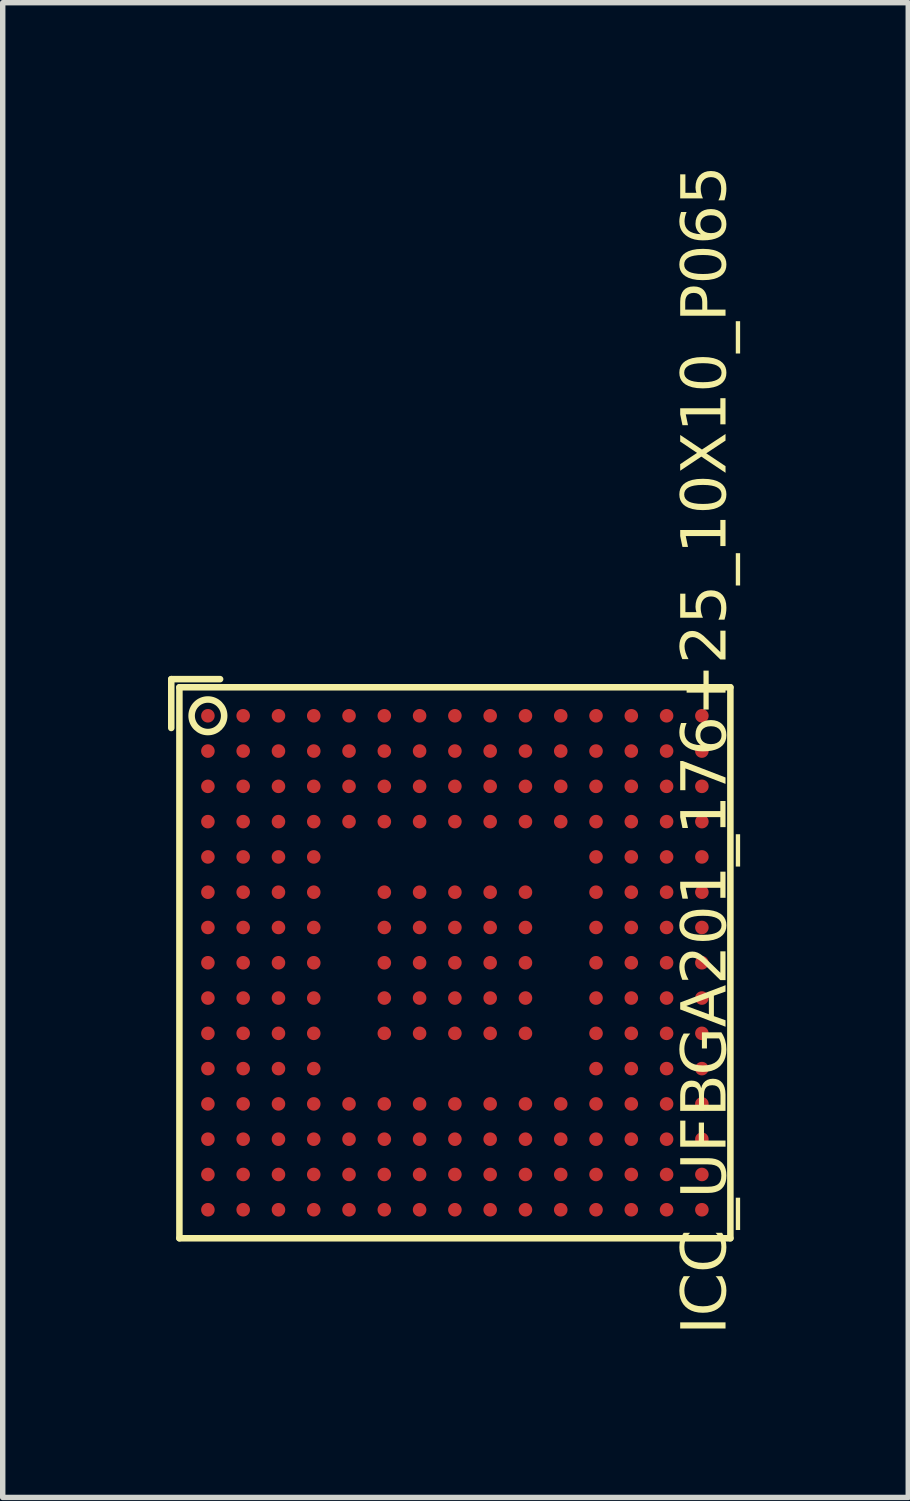
<source format=kicad_pcb>
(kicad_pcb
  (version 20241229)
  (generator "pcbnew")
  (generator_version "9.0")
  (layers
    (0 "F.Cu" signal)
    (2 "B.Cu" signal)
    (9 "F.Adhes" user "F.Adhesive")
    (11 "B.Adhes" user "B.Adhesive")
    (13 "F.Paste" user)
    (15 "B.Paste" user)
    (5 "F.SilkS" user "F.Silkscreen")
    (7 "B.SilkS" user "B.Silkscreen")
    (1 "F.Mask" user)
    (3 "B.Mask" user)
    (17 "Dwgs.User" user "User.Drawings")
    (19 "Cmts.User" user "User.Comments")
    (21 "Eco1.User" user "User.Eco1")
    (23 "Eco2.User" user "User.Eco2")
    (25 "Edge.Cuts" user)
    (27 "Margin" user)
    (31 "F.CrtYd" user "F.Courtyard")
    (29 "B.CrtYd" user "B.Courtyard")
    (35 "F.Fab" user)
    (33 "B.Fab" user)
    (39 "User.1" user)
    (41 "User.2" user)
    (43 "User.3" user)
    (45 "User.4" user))
  (footprint "ICC_UFBGA201_176+25_10X10_P065"
    (layer "F.Cu")
    (at 5.33 14.686)
    (property "Reference" "ICC_UFBGA201_176+25_10X10_P065" (at 5.125 6.85 90) (unlocked yes) (layer "F.SilkS") (effects (font (face "Arial") (size 0.819 0.819) (thickness 0.254)) (justify left bottom)))
    (fp_line (start -5.225 -4.325) (end -5.225 -5.225) (stroke (width 0.12) (type solid)) (layer "F.SilkS"))
    (fp_line (start -5.075 5.075) (end -5.075 -5.075) (stroke (width 0.12) (type solid)) (layer "F.SilkS"))
    (fp_line (start -4.325 -5.225) (end -5.225 -5.225) (stroke (width 0.12) (type solid)) (layer "F.SilkS"))
    (fp_line (start 5.075 -5.075) (end -5.075 -5.075) (stroke (width 0.12) (type solid)) (layer "F.SilkS"))
    (fp_line (start 5.075 5.075) (end -5.075 5.075) (stroke (width 0.12) (type solid)) (layer "F.SilkS"))
    (fp_line (start 5.075 5.075) (end 5.075 -5.075) (stroke (width 0.12) (type solid)) (layer "F.SilkS"))
    (fp_circle (center -4.55 -4.55) (end -4.85 -4.55) (stroke (width 0.12) (type solid)) (fill no) (layer "F.SilkS"))
    (fp_line (start -5.325 5.325) (end -5.325 -5.325) (stroke (width 0.01) (type solid)) (layer "Eco1.User"))
    (fp_line (start -5.075 5.075) (end -5.075 -5.075) (stroke (width 0.01) (type solid)) (layer "Eco1.User"))
    (fp_line (start 5.075 -5.075) (end -5.075 -5.075) (stroke (width 0.01) (type solid)) (layer "Eco1.User"))
    (fp_line (start 5.075 5.075) (end -5.075 5.075) (stroke (width 0.01) (type solid)) (layer "Eco1.User"))
    (fp_line (start 5.075 5.075) (end 5.075 -5.075) (stroke (width 0.01) (type solid)) (layer "Eco1.User"))
    (fp_line (start 5.325 -5.325) (end -5.325 -5.325) (stroke (width 0.01) (type solid)) (layer "Eco1.User"))
    (fp_line (start 5.325 5.325) (end -5.325 5.325) (stroke (width 0.01) (type solid)) (layer "Eco1.User"))
    (fp_line (start 5.325 5.325) (end 5.325 -5.325) (stroke (width 0.01) (type solid)) (layer "Eco1.User"))
    (fp_circle (center -4.55 -4.55) (end -4.695 -4.55) (stroke (width 0.01) (type solid)) (fill no) (layer "Eco1.User"))
    (fp_circle (center -4.55 -3.9) (end -4.695 -3.9) (stroke (width 0.01) (type solid)) (fill no) (layer "Eco1.User"))
    (fp_circle (center -4.55 -3.25) (end -4.695 -3.25) (stroke (width 0.01) (type solid)) (fill no) (layer "Eco1.User"))
    (fp_circle (center -4.55 -2.6) (end -4.695 -2.6) (stroke (width 0.01) (type solid)) (fill no) (layer "Eco1.User"))
    (fp_circle (center -4.55 -1.95) (end -4.695 -1.95) (stroke (width 0.01) (type solid)) (fill no) (layer "Eco1.User"))
    (fp_circle (center -4.55 -1.3) (end -4.695 -1.3) (stroke (width 0.01) (type solid)) (fill no) (layer "Eco1.User"))
    (fp_circle (center -4.55 -0.65) (end -4.695 -0.65) (stroke (width 0.01) (type solid)) (fill no) (layer "Eco1.User"))
    (fp_circle (center -4.55 0) (end -4.695 0) (stroke (width 0.01) (type solid)) (fill no) (layer "Eco1.User"))
    (fp_circle (center -4.55 0.65) (end -4.695 0.65) (stroke (width 0.01) (type solid)) (fill no) (layer "Eco1.User"))
    (fp_circle (center -4.55 1.3) (end -4.695 1.3) (stroke (width 0.01) (type solid)) (fill no) (layer "Eco1.User"))
    (fp_circle (center -4.55 1.95) (end -4.695 1.95) (stroke (width 0.01) (type solid)) (fill no) (layer "Eco1.User"))
    (fp_circle (center -4.55 2.6) (end -4.695 2.6) (stroke (width 0.01) (type solid)) (fill no) (layer "Eco1.User"))
    (fp_circle (center -4.55 3.25) (end -4.695 3.25) (stroke (width 0.01) (type solid)) (fill no) (layer "Eco1.User"))
    (fp_circle (center -4.55 3.9) (end -4.695 3.9) (stroke (width 0.01) (type solid)) (fill no) (layer "Eco1.User"))
    (fp_circle (center -4.55 4.55) (end -4.695 4.55) (stroke (width 0.01) (type solid)) (fill no) (layer "Eco1.User"))
    (fp_circle (center -3.9 -4.55) (end -4.045 -4.55) (stroke (width 0.01) (type solid)) (fill no) (layer "Eco1.User"))
    (fp_circle (center -3.9 -3.9) (end -4.045 -3.9) (stroke (width 0.01) (type solid)) (fill no) (layer "Eco1.User"))
    (fp_circle (center -3.9 -3.25) (end -4.045 -3.25) (stroke (width 0.01) (type solid)) (fill no) (layer "Eco1.User"))
    (fp_circle (center -3.9 -2.6) (end -4.045 -2.6) (stroke (width 0.01) (type solid)) (fill no) (layer "Eco1.User"))
    (fp_circle (center -3.9 -1.95) (end -4.045 -1.95) (stroke (width 0.01) (type solid)) (fill no) (layer "Eco1.User"))
    (fp_circle (center -3.9 -1.3) (end -4.045 -1.3) (stroke (width 0.01) (type solid)) (fill no) (layer "Eco1.User"))
    (fp_circle (center -3.9 -0.65) (end -4.045 -0.65) (stroke (width 0.01) (type solid)) (fill no) (layer "Eco1.User"))
    (fp_circle (center -3.9 0) (end -4.045 0) (stroke (width 0.01) (type solid)) (fill no) (layer "Eco1.User"))
    (fp_circle (center -3.9 0.65) (end -4.045 0.65) (stroke (width 0.01) (type solid)) (fill no) (layer "Eco1.User"))
    (fp_circle (center -3.9 1.3) (end -4.045 1.3) (stroke (width 0.01) (type solid)) (fill no) (layer "Eco1.User"))
    (fp_circle (center -3.9 1.95) (end -4.045 1.95) (stroke (width 0.01) (type solid)) (fill no) (layer "Eco1.User"))
    (fp_circle (center -3.9 2.6) (end -4.045 2.6) (stroke (width 0.01) (type solid)) (fill no) (layer "Eco1.User"))
    (fp_circle (center -3.9 3.25) (end -4.045 3.25) (stroke (width 0.01) (type solid)) (fill no) (layer "Eco1.User"))
    (fp_circle (center -3.9 3.9) (end -4.045 3.9) (stroke (width 0.01) (type solid)) (fill no) (layer "Eco1.User"))
    (fp_circle (center -3.9 4.55) (end -4.045 4.55) (stroke (width 0.01) (type solid)) (fill no) (layer "Eco1.User"))
    (fp_circle (center -3.25 -4.55) (end -3.395 -4.55) (stroke (width 0.01) (type solid)) (fill no) (layer "Eco1.User"))
    (fp_circle (center -3.25 -3.9) (end -3.395 -3.9) (stroke (width 0.01) (type solid)) (fill no) (layer "Eco1.User"))
    (fp_circle (center -3.25 -3.25) (end -3.395 -3.25) (stroke (width 0.01) (type solid)) (fill no) (layer "Eco1.User"))
    (fp_circle (center -3.25 -2.6) (end -3.395 -2.6) (stroke (width 0.01) (type solid)) (fill no) (layer "Eco1.User"))
    (fp_circle (center -3.25 -1.95) (end -3.395 -1.95) (stroke (width 0.01) (type solid)) (fill no) (layer "Eco1.User"))
    (fp_circle (center -3.25 -1.3) (end -3.395 -1.3) (stroke (width 0.01) (type solid)) (fill no) (layer "Eco1.User"))
    (fp_circle (center -3.25 -0.65) (end -3.395 -0.65) (stroke (width 0.01) (type solid)) (fill no) (layer "Eco1.User"))
    (fp_circle (center -3.25 0) (end -3.395 0) (stroke (width 0.01) (type solid)) (fill no) (layer "Eco1.User"))
    (fp_circle (center -3.25 0.65) (end -3.395 0.65) (stroke (width 0.01) (type solid)) (fill no) (layer "Eco1.User"))
    (fp_circle (center -3.25 1.3) (end -3.395 1.3) (stroke (width 0.01) (type solid)) (fill no) (layer "Eco1.User"))
    (fp_circle (center -3.25 1.95) (end -3.395 1.95) (stroke (width 0.01) (type solid)) (fill no) (layer "Eco1.User"))
    (fp_circle (center -3.25 2.6) (end -3.395 2.6) (stroke (width 0.01) (type solid)) (fill no) (layer "Eco1.User"))
    (fp_circle (center -3.25 3.25) (end -3.395 3.25) (stroke (width 0.01) (type solid)) (fill no) (layer "Eco1.User"))
    (fp_circle (center -3.25 3.9) (end -3.395 3.9) (stroke (width 0.01) (type solid)) (fill no) (layer "Eco1.User"))
    (fp_circle (center -3.25 4.55) (end -3.395 4.55) (stroke (width 0.01) (type solid)) (fill no) (layer "Eco1.User"))
    (fp_circle (center -2.6 -4.55) (end -2.745 -4.55) (stroke (width 0.01) (type solid)) (fill no) (layer "Eco1.User"))
    (fp_circle (center -2.6 -3.9) (end -2.745 -3.9) (stroke (width 0.01) (type solid)) (fill no) (layer "Eco1.User"))
    (fp_circle (center -2.6 -3.25) (end -2.745 -3.25) (stroke (width 0.01) (type solid)) (fill no) (layer "Eco1.User"))
    (fp_circle (center -2.6 -2.6) (end -2.745 -2.6) (stroke (width 0.01) (type solid)) (fill no) (layer "Eco1.User"))
    (fp_circle (center -2.6 -1.95) (end -2.745 -1.95) (stroke (width 0.01) (type solid)) (fill no) (layer "Eco1.User"))
    (fp_circle (center -2.6 -1.3) (end -2.745 -1.3) (stroke (width 0.01) (type solid)) (fill no) (layer "Eco1.User"))
    (fp_circle (center -2.6 -0.65) (end -2.745 -0.65) (stroke (width 0.01) (type solid)) (fill no) (layer "Eco1.User"))
    (fp_circle (center -2.6 0) (end -2.745 0) (stroke (width 0.01) (type solid)) (fill no) (layer "Eco1.User"))
    (fp_circle (center -2.6 0.65) (end -2.745 0.65) (stroke (width 0.01) (type solid)) (fill no) (layer "Eco1.User"))
    (fp_circle (center -2.6 1.3) (end -2.745 1.3) (stroke (width 0.01) (type solid)) (fill no) (layer "Eco1.User"))
    (fp_circle (center -2.6 1.95) (end -2.745 1.95) (stroke (width 0.01) (type solid)) (fill no) (layer "Eco1.User"))
    (fp_circle (center -2.6 2.6) (end -2.745 2.6) (stroke (width 0.01) (type solid)) (fill no) (layer "Eco1.User"))
    (fp_circle (center -2.6 3.25) (end -2.745 3.25) (stroke (width 0.01) (type solid)) (fill no) (layer "Eco1.User"))
    (fp_circle (center -2.6 3.9) (end -2.745 3.9) (stroke (width 0.01) (type solid)) (fill no) (layer "Eco1.User"))
    (fp_circle (center -2.6 4.55) (end -2.745 4.55) (stroke (width 0.01) (type solid)) (fill no) (layer "Eco1.User"))
    (fp_circle (center -1.95 -4.55) (end -2.095 -4.55) (stroke (width 0.01) (type solid)) (fill no) (layer "Eco1.User"))
    (fp_circle (center -1.95 -3.9) (end -2.095 -3.9) (stroke (width 0.01) (type solid)) (fill no) (layer "Eco1.User"))
    (fp_circle (center -1.95 -3.25) (end -2.095 -3.25) (stroke (width 0.01) (type solid)) (fill no) (layer "Eco1.User"))
    (fp_circle (center -1.95 -2.6) (end -2.095 -2.6) (stroke (width 0.01) (type solid)) (fill no) (layer "Eco1.User"))
    (fp_circle (center -1.95 2.6) (end -2.095 2.6) (stroke (width 0.01) (type solid)) (fill no) (layer "Eco1.User"))
    (fp_circle (center -1.95 3.25) (end -2.095 3.25) (stroke (width 0.01) (type solid)) (fill no) (layer "Eco1.User"))
    (fp_circle (center -1.95 3.9) (end -2.095 3.9) (stroke (width 0.01) (type solid)) (fill no) (layer "Eco1.User"))
    (fp_circle (center -1.95 4.55) (end -2.095 4.55) (stroke (width 0.01) (type solid)) (fill no) (layer "Eco1.User"))
    (fp_circle (center -1.3 -4.55) (end -1.445 -4.55) (stroke (width 0.01) (type solid)) (fill no) (layer "Eco1.User"))
    (fp_circle (center -1.3 -3.9) (end -1.445 -3.9) (stroke (width 0.01) (type solid)) (fill no) (layer "Eco1.User"))
    (fp_circle (center -1.3 -3.25) (end -1.445 -3.25) (stroke (width 0.01) (type solid)) (fill no) (layer "Eco1.User"))
    (fp_circle (center -1.3 -2.6) (end -1.445 -2.6) (stroke (width 0.01) (type solid)) (fill no) (layer "Eco1.User"))
    (fp_circle (center -1.3 -1.3) (end -1.445 -1.3) (stroke (width 0.01) (type solid)) (fill no) (layer "Eco1.User"))
    (fp_circle (center -1.3 -0.65) (end -1.445 -0.65) (stroke (width 0.01) (type solid)) (fill no) (layer "Eco1.User"))
    (fp_circle (center -1.3 0) (end -1.445 0) (stroke (width 0.01) (type solid)) (fill no) (layer "Eco1.User"))
    (fp_circle (center -1.3 0.65) (end -1.445 0.65) (stroke (width 0.01) (type solid)) (fill no) (layer "Eco1.User"))
    (fp_circle (center -1.3 1.3) (end -1.445 1.3) (stroke (width 0.01) (type solid)) (fill no) (layer "Eco1.User"))
    (fp_circle (center -1.3 2.6) (end -1.445 2.6) (stroke (width 0.01) (type solid)) (fill no) (layer "Eco1.User"))
    (fp_circle (center -1.3 3.25) (end -1.445 3.25) (stroke (width 0.01) (type solid)) (fill no) (layer "Eco1.User"))
    (fp_circle (center -1.3 3.9) (end -1.445 3.9) (stroke (width 0.01) (type solid)) (fill no) (layer "Eco1.User"))
    (fp_circle (center -1.3 4.55) (end -1.445 4.55) (stroke (width 0.01) (type solid)) (fill no) (layer "Eco1.User"))
    (fp_circle (center -0.65 -4.55) (end -0.795 -4.55) (stroke (width 0.01) (type solid)) (fill no) (layer "Eco1.User"))
    (fp_circle (center -0.65 -3.9) (end -0.795 -3.9) (stroke (width 0.01) (type solid)) (fill no) (layer "Eco1.User"))
    (fp_circle (center -0.65 -3.25) (end -0.795 -3.25) (stroke (width 0.01) (type solid)) (fill no) (layer "Eco1.User"))
    (fp_circle (center -0.65 -2.6) (end -0.795 -2.6) (stroke (width 0.01) (type solid)) (fill no) (layer "Eco1.User"))
    (fp_circle (center -0.65 -1.3) (end -0.795 -1.3) (stroke (width 0.01) (type solid)) (fill no) (layer "Eco1.User"))
    (fp_circle (center -0.65 -0.65) (end -0.795 -0.65) (stroke (width 0.01) (type solid)) (fill no) (layer "Eco1.User"))
    (fp_circle (center -0.65 0) (end -0.795 0) (stroke (width 0.01) (type solid)) (fill no) (layer "Eco1.User"))
    (fp_circle (center -0.65 0.65) (end -0.795 0.65) (stroke (width 0.01) (type solid)) (fill no) (layer "Eco1.User"))
    (fp_circle (center -0.65 1.3) (end -0.795 1.3) (stroke (width 0.01) (type solid)) (fill no) (layer "Eco1.User"))
    (fp_circle (center -0.65 2.6) (end -0.795 2.6) (stroke (width 0.01) (type solid)) (fill no) (layer "Eco1.User"))
    (fp_circle (center -0.65 3.25) (end -0.795 3.25) (stroke (width 0.01) (type solid)) (fill no) (layer "Eco1.User"))
    (fp_circle (center -0.65 3.9) (end -0.795 3.9) (stroke (width 0.01) (type solid)) (fill no) (layer "Eco1.User"))
    (fp_circle (center -0.65 4.55) (end -0.795 4.55) (stroke (width 0.01) (type solid)) (fill no) (layer "Eco1.User"))
    (fp_circle (center 0 -4.55) (end -0.145 -4.55) (stroke (width 0.01) (type solid)) (fill no) (layer "Eco1.User"))
    (fp_circle (center 0 -3.9) (end -0.145 -3.9) (stroke (width 0.01) (type solid)) (fill no) (layer "Eco1.User"))
    (fp_circle (center 0 -3.25) (end -0.145 -3.25) (stroke (width 0.01) (type solid)) (fill no) (layer "Eco1.User"))
    (fp_circle (center 0 -2.6) (end -0.145 -2.6) (stroke (width 0.01) (type solid)) (fill no) (layer "Eco1.User"))
    (fp_circle (center 0 -1.3) (end -0.145 -1.3) (stroke (width 0.01) (type solid)) (fill no) (layer "Eco1.User"))
    (fp_circle (center 0 -0.65) (end -0.145 -0.65) (stroke (width 0.01) (type solid)) (fill no) (layer "Eco1.User"))
    (fp_circle (center 0 0) (end -0.145 0) (stroke (width 0.01) (type solid)) (fill no) (layer "Eco1.User"))
    (fp_circle (center 0 0.65) (end -0.145 0.65) (stroke (width 0.01) (type solid)) (fill no) (layer "Eco1.User"))
    (fp_circle (center 0 1.3) (end -0.145 1.3) (stroke (width 0.01) (type solid)) (fill no) (layer "Eco1.User"))
    (fp_circle (center 0 2.6) (end -0.145 2.6) (stroke (width 0.01) (type solid)) (fill no) (layer "Eco1.User"))
    (fp_circle (center 0 3.25) (end -0.145 3.25) (stroke (width 0.01) (type solid)) (fill no) (layer "Eco1.User"))
    (fp_circle (center 0 3.9) (end -0.145 3.9) (stroke (width 0.01) (type solid)) (fill no) (layer "Eco1.User"))
    (fp_circle (center 0 4.55) (end -0.145 4.55) (stroke (width 0.01) (type solid)) (fill no) (layer "Eco1.User"))
    (fp_circle (center 0.65 -4.55) (end 0.505 -4.55) (stroke (width 0.01) (type solid)) (fill no) (layer "Eco1.User"))
    (fp_circle (center 0.65 -3.9) (end 0.505 -3.9) (stroke (width 0.01) (type solid)) (fill no) (layer "Eco1.User"))
    (fp_circle (center 0.65 -3.25) (end 0.505 -3.25) (stroke (width 0.01) (type solid)) (fill no) (layer "Eco1.User"))
    (fp_circle (center 0.65 -2.6) (end 0.505 -2.6) (stroke (width 0.01) (type solid)) (fill no) (layer "Eco1.User"))
    (fp_circle (center 0.65 -1.3) (end 0.505 -1.3) (stroke (width 0.01) (type solid)) (fill no) (layer "Eco1.User"))
    (fp_circle (center 0.65 -0.65) (end 0.505 -0.65) (stroke (width 0.01) (type solid)) (fill no) (layer "Eco1.User"))
    (fp_circle (center 0.65 0) (end 0.505 0) (stroke (width 0.01) (type solid)) (fill no) (layer "Eco1.User"))
    (fp_circle (center 0.65 0.65) (end 0.505 0.65) (stroke (width 0.01) (type solid)) (fill no) (layer "Eco1.User"))
    (fp_circle (center 0.65 1.3) (end 0.505 1.3) (stroke (width 0.01) (type solid)) (fill no) (layer "Eco1.User"))
    (fp_circle (center 0.65 2.6) (end 0.505 2.6) (stroke (width 0.01) (type solid)) (fill no) (layer "Eco1.User"))
    (fp_circle (center 0.65 3.25) (end 0.505 3.25) (stroke (width 0.01) (type solid)) (fill no) (layer "Eco1.User"))
    (fp_circle (center 0.65 3.9) (end 0.505 3.9) (stroke (width 0.01) (type solid)) (fill no) (layer "Eco1.User"))
    (fp_circle (center 0.65 4.55) (end 0.505 4.55) (stroke (width 0.01) (type solid)) (fill no) (layer "Eco1.User"))
    (fp_circle (center 1.3 -4.55) (end 1.155 -4.55) (stroke (width 0.01) (type solid)) (fill no) (layer "Eco1.User"))
    (fp_circle (center 1.3 -3.9) (end 1.155 -3.9) (stroke (width 0.01) (type solid)) (fill no) (layer "Eco1.User"))
    (fp_circle (center 1.3 -3.25) (end 1.155 -3.25) (stroke (width 0.01) (type solid)) (fill no) (layer "Eco1.User"))
    (fp_circle (center 1.3 -2.6) (end 1.155 -2.6) (stroke (width 0.01) (type solid)) (fill no) (layer "Eco1.User"))
    (fp_circle (center 1.3 -1.3) (end 1.155 -1.3) (stroke (width 0.01) (type solid)) (fill no) (layer "Eco1.User"))
    (fp_circle (center 1.3 -0.65) (end 1.155 -0.65) (stroke (width 0.01) (type solid)) (fill no) (layer "Eco1.User"))
    (fp_circle (center 1.3 0) (end 1.155 0) (stroke (width 0.01) (type solid)) (fill no) (layer "Eco1.User"))
    (fp_circle (center 1.3 0.65) (end 1.155 0.65) (stroke (width 0.01) (type solid)) (fill no) (layer "Eco1.User"))
    (fp_circle (center 1.3 1.3) (end 1.155 1.3) (stroke (width 0.01) (type solid)) (fill no) (layer "Eco1.User"))
    (fp_circle (center 1.3 2.6) (end 1.155 2.6) (stroke (width 0.01) (type solid)) (fill no) (layer "Eco1.User"))
    (fp_circle (center 1.3 3.25) (end 1.155 3.25) (stroke (width 0.01) (type solid)) (fill no) (layer "Eco1.User"))
    (fp_circle (center 1.3 3.9) (end 1.155 3.9) (stroke (width 0.01) (type solid)) (fill no) (layer "Eco1.User"))
    (fp_circle (center 1.3 4.55) (end 1.155 4.55) (stroke (width 0.01) (type solid)) (fill no) (layer "Eco1.User"))
    (fp_circle (center 1.95 -4.55) (end 1.805 -4.55) (stroke (width 0.01) (type solid)) (fill no) (layer "Eco1.User"))
    (fp_circle (center 1.95 -3.9) (end 1.805 -3.9) (stroke (width 0.01) (type solid)) (fill no) (layer "Eco1.User"))
    (fp_circle (center 1.95 -3.25) (end 1.805 -3.25) (stroke (width 0.01) (type solid)) (fill no) (layer "Eco1.User"))
    (fp_circle (center 1.95 -2.6) (end 1.805 -2.6) (stroke (width 0.01) (type solid)) (fill no) (layer "Eco1.User"))
    (fp_circle (center 1.95 2.6) (end 1.805 2.6) (stroke (width 0.01) (type solid)) (fill no) (layer "Eco1.User"))
    (fp_circle (center 1.95 3.25) (end 1.805 3.25) (stroke (width 0.01) (type solid)) (fill no) (layer "Eco1.User"))
    (fp_circle (center 1.95 3.9) (end 1.805 3.9) (stroke (width 0.01) (type solid)) (fill no) (layer "Eco1.User"))
    (fp_circle (center 1.95 4.55) (end 1.805 4.55) (stroke (width 0.01) (type solid)) (fill no) (layer "Eco1.User"))
    (fp_circle (center 2.6 -4.55) (end 2.455 -4.55) (stroke (width 0.01) (type solid)) (fill no) (layer "Eco1.User"))
    (fp_circle (center 2.6 -3.9) (end 2.455 -3.9) (stroke (width 0.01) (type solid)) (fill no) (layer "Eco1.User"))
    (fp_circle (center 2.6 -3.25) (end 2.455 -3.25) (stroke (width 0.01) (type solid)) (fill no) (layer "Eco1.User"))
    (fp_circle (center 2.6 -2.6) (end 2.455 -2.6) (stroke (width 0.01) (type solid)) (fill no) (layer "Eco1.User"))
    (fp_circle (center 2.6 -1.95) (end 2.455 -1.95) (stroke (width 0.01) (type solid)) (fill no) (layer "Eco1.User"))
    (fp_circle (center 2.6 -1.3) (end 2.455 -1.3) (stroke (width 0.01) (type solid)) (fill no) (layer "Eco1.User"))
    (fp_circle (center 2.6 -0.65) (end 2.455 -0.65) (stroke (width 0.01) (type solid)) (fill no) (layer "Eco1.User"))
    (fp_circle (center 2.6 0) (end 2.455 0) (stroke (width 0.01) (type solid)) (fill no) (layer "Eco1.User"))
    (fp_circle (center 2.6 0.65) (end 2.455 0.65) (stroke (width 0.01) (type solid)) (fill no) (layer "Eco1.User"))
    (fp_circle (center 2.6 1.3) (end 2.455 1.3) (stroke (width 0.01) (type solid)) (fill no) (layer "Eco1.User"))
    (fp_circle (center 2.6 1.95) (end 2.455 1.95) (stroke (width 0.01) (type solid)) (fill no) (layer "Eco1.User"))
    (fp_circle (center 2.6 2.6) (end 2.455 2.6) (stroke (width 0.01) (type solid)) (fill no) (layer "Eco1.User"))
    (fp_circle (center 2.6 3.25) (end 2.455 3.25) (stroke (width 0.01) (type solid)) (fill no) (layer "Eco1.User"))
    (fp_circle (center 2.6 3.9) (end 2.455 3.9) (stroke (width 0.01) (type solid)) (fill no) (layer "Eco1.User"))
    (fp_circle (center 2.6 4.55) (end 2.455 4.55) (stroke (width 0.01) (type solid)) (fill no) (layer "Eco1.User"))
    (fp_circle (center 3.25 -4.55) (end 3.105 -4.55) (stroke (width 0.01) (type solid)) (fill no) (layer "Eco1.User"))
    (fp_circle (center 3.25 -3.9) (end 3.105 -3.9) (stroke (width 0.01) (type solid)) (fill no) (layer "Eco1.User"))
    (fp_circle (center 3.25 -3.25) (end 3.105 -3.25) (stroke (width 0.01) (type solid)) (fill no) (layer "Eco1.User"))
    (fp_circle (center 3.25 -2.6) (end 3.105 -2.6) (stroke (width 0.01) (type solid)) (fill no) (layer "Eco1.User"))
    (fp_circle (center 3.25 -1.95) (end 3.105 -1.95) (stroke (width 0.01) (type solid)) (fill no) (layer "Eco1.User"))
    (fp_circle (center 3.25 -1.3) (end 3.105 -1.3) (stroke (width 0.01) (type solid)) (fill no) (layer "Eco1.User"))
    (fp_circle (center 3.25 -0.65) (end 3.105 -0.65) (stroke (width 0.01) (type solid)) (fill no) (layer "Eco1.User"))
    (fp_circle (center 3.25 0) (end 3.105 0) (stroke (width 0.01) (type solid)) (fill no) (layer "Eco1.User"))
    (fp_circle (center 3.25 0.65) (end 3.105 0.65) (stroke (width 0.01) (type solid)) (fill no) (layer "Eco1.User"))
    (fp_circle (center 3.25 1.3) (end 3.105 1.3) (stroke (width 0.01) (type solid)) (fill no) (layer "Eco1.User"))
    (fp_circle (center 3.25 1.95) (end 3.105 1.95) (stroke (width 0.01) (type solid)) (fill no) (layer "Eco1.User"))
    (fp_circle (center 3.25 2.6) (end 3.105 2.6) (stroke (width 0.01) (type solid)) (fill no) (layer "Eco1.User"))
    (fp_circle (center 3.25 3.25) (end 3.105 3.25) (stroke (width 0.01) (type solid)) (fill no) (layer "Eco1.User"))
    (fp_circle (center 3.25 3.9) (end 3.105 3.9) (stroke (width 0.01) (type solid)) (fill no) (layer "Eco1.User"))
    (fp_circle (center 3.25 4.55) (end 3.105 4.55) (stroke (width 0.01) (type solid)) (fill no) (layer "Eco1.User"))
    (fp_circle (center 3.9 -4.55) (end 3.755 -4.55) (stroke (width 0.01) (type solid)) (fill no) (layer "Eco1.User"))
    (fp_circle (center 3.9 -3.9) (end 3.755 -3.9) (stroke (width 0.01) (type solid)) (fill no) (layer "Eco1.User"))
    (fp_circle (center 3.9 -3.25) (end 3.755 -3.25) (stroke (width 0.01) (type solid)) (fill no) (layer "Eco1.User"))
    (fp_circle (center 3.9 -2.6) (end 3.755 -2.6) (stroke (width 0.01) (type solid)) (fill no) (layer "Eco1.User"))
    (fp_circle (center 3.9 -1.95) (end 3.755 -1.95) (stroke (width 0.01) (type solid)) (fill no) (layer "Eco1.User"))
    (fp_circle (center 3.9 -1.3) (end 3.755 -1.3) (stroke (width 0.01) (type solid)) (fill no) (layer "Eco1.User"))
    (fp_circle (center 3.9 -0.65) (end 3.755 -0.65) (stroke (width 0.01) (type solid)) (fill no) (layer "Eco1.User"))
    (fp_circle (center 3.9 0) (end 3.755 0) (stroke (width 0.01) (type solid)) (fill no) (layer "Eco1.User"))
    (fp_circle (center 3.9 0.65) (end 3.755 0.65) (stroke (width 0.01) (type solid)) (fill no) (layer "Eco1.User"))
    (fp_circle (center 3.9 1.3) (end 3.755 1.3) (stroke (width 0.01) (type solid)) (fill no) (layer "Eco1.User"))
    (fp_circle (center 3.9 1.95) (end 3.755 1.95) (stroke (width 0.01) (type solid)) (fill no) (layer "Eco1.User"))
    (fp_circle (center 3.9 2.6) (end 3.755 2.6) (stroke (width 0.01) (type solid)) (fill no) (layer "Eco1.User"))
    (fp_circle (center 3.9 3.25) (end 3.755 3.25) (stroke (width 0.01) (type solid)) (fill no) (layer "Eco1.User"))
    (fp_circle (center 3.9 3.9) (end 3.755 3.9) (stroke (width 0.01) (type solid)) (fill no) (layer "Eco1.User"))
    (fp_circle (center 3.9 4.55) (end 3.755 4.55) (stroke (width 0.01) (type solid)) (fill no) (layer "Eco1.User"))
    (fp_circle (center 4.55 -4.55) (end 4.405 -4.55) (stroke (width 0.01) (type solid)) (fill no) (layer "Eco1.User"))
    (fp_circle (center 4.55 -3.9) (end 4.405 -3.9) (stroke (width 0.01) (type solid)) (fill no) (layer "Eco1.User"))
    (fp_circle (center 4.55 -3.25) (end 4.405 -3.25) (stroke (width 0.01) (type solid)) (fill no) (layer "Eco1.User"))
    (fp_circle (center 4.55 -2.6) (end 4.405 -2.6) (stroke (width 0.01) (type solid)) (fill no) (layer "Eco1.User"))
    (fp_circle (center 4.55 -1.95) (end 4.405 -1.95) (stroke (width 0.01) (type solid)) (fill no) (layer "Eco1.User"))
    (fp_circle (center 4.55 -1.3) (end 4.405 -1.3) (stroke (width 0.01) (type solid)) (fill no) (layer "Eco1.User"))
    (fp_circle (center 4.55 -0.65) (end 4.405 -0.65) (stroke (width 0.01) (type solid)) (fill no) (layer "Eco1.User"))
    (fp_circle (center 4.55 0) (end 4.405 0) (stroke (width 0.01) (type solid)) (fill no) (layer "Eco1.User"))
    (fp_circle (center 4.55 0.65) (end 4.405 0.65) (stroke (width 0.01) (type solid)) (fill no) (layer "Eco1.User"))
    (fp_circle (center 4.55 1.3) (end 4.405 1.3) (stroke (width 0.01) (type solid)) (fill no) (layer "Eco1.User"))
    (fp_circle (center 4.55 1.95) (end 4.405 1.95) (stroke (width 0.01) (type solid)) (fill no) (layer "Eco1.User"))
    (fp_circle (center 4.55 2.6) (end 4.405 2.6) (stroke (width 0.01) (type solid)) (fill no) (layer "Eco1.User"))
    (fp_circle (center 4.55 3.25) (end 4.405 3.25) (stroke (width 0.01) (type solid)) (fill no) (layer "Eco1.User"))
    (fp_circle (center 4.55 3.9) (end 4.405 3.9) (stroke (width 0.01) (type solid)) (fill no) (layer "Eco1.User"))
    (fp_circle (center 4.55 4.55) (end 4.405 4.55) (stroke (width 0.01) (type solid)) (fill no) (layer "Eco1.User"))
    (fp_text user "A1" (at -4.9 -4.4 0) (unlocked yes) (layer "Eco1.User") (effects (font (face "Arial") (size 0.472 0.472) (thickness 0.254)) (justify left bottom)))
    (fp_text user "'.Designator'" (at -2 0.5 0) (unlocked yes) (layer "Eco1.User") (effects (font (face "Arial") (size 0.472 0.472) (thickness 0.254)) (justify left bottom)))
    (pad "A1" smd circle (at -4.55 -4.55) (size 0.25 0.25) (layers "F.Cu" "F.Mask" "F.Paste"))
    (pad "A2" smd circle (at -3.9 -4.55) (size 0.25 0.25) (layers "F.Cu" "F.Mask" "F.Paste"))
    (pad "A3" smd circle (at -3.25 -4.55) (size 0.25 0.25) (layers "F.Cu" "F.Mask" "F.Paste"))
    (pad "A4" smd circle (at -2.6 -4.55) (size 0.25 0.25) (layers "F.Cu" "F.Mask" "F.Paste"))
    (pad "A5" smd circle (at -1.95 -4.55) (size 0.25 0.25) (layers "F.Cu" "F.Mask" "F.Paste"))
    (pad "A6" smd circle (at -1.3 -4.55) (size 0.25 0.25) (layers "F.Cu" "F.Mask" "F.Paste"))
    (pad "A7" smd circle (at -0.65 -4.55) (size 0.25 0.25) (layers "F.Cu" "F.Mask" "F.Paste"))
    (pad "A8" smd circle (at 0 -4.55) (size 0.25 0.25) (layers "F.Cu" "F.Mask" "F.Paste"))
    (pad "A9" smd circle (at 0.65 -4.55) (size 0.25 0.25) (layers "F.Cu" "F.Mask" "F.Paste"))
    (pad "A10" smd circle (at 1.3 -4.55) (size 0.25 0.25) (layers "F.Cu" "F.Mask" "F.Paste"))
    (pad "A11" smd circle (at 1.95 -4.55) (size 0.25 0.25) (layers "F.Cu" "F.Mask" "F.Paste"))
    (pad "A12" smd circle (at 2.6 -4.55) (size 0.25 0.25) (layers "F.Cu" "F.Mask" "F.Paste"))
    (pad "A13" smd circle (at 3.25 -4.55) (size 0.25 0.25) (layers "F.Cu" "F.Mask" "F.Paste"))
    (pad "A14" smd circle (at 3.9 -4.55) (size 0.25 0.25) (layers "F.Cu" "F.Mask" "F.Paste"))
    (pad "A15" smd circle (at 4.55 -4.55) (size 0.25 0.25) (layers "F.Cu" "F.Mask" "F.Paste"))
    (pad "B1" smd circle (at -4.55 -3.9) (size 0.25 0.25) (layers "F.Cu" "F.Mask" "F.Paste"))
    (pad "B2" smd circle (at -3.9 -3.9) (size 0.25 0.25) (layers "F.Cu" "F.Mask" "F.Paste"))
    (pad "B3" smd circle (at -3.25 -3.9) (size 0.25 0.25) (layers "F.Cu" "F.Mask" "F.Paste"))
    (pad "B4" smd circle (at -2.6 -3.9) (size 0.25 0.25) (layers "F.Cu" "F.Mask" "F.Paste"))
    (pad "B5" smd circle (at -1.95 -3.9) (size 0.25 0.25) (layers "F.Cu" "F.Mask" "F.Paste"))
    (pad "B6" smd circle (at -1.3 -3.9) (size 0.25 0.25) (layers "F.Cu" "F.Mask" "F.Paste"))
    (pad "B7" smd circle (at -0.65 -3.9) (size 0.25 0.25) (layers "F.Cu" "F.Mask" "F.Paste"))
    (pad "B8" smd circle (at 0 -3.9) (size 0.25 0.25) (layers "F.Cu" "F.Mask" "F.Paste"))
    (pad "B9" smd circle (at 0.65 -3.9) (size 0.25 0.25) (layers "F.Cu" "F.Mask" "F.Paste"))
    (pad "B10" smd circle (at 1.3 -3.9) (size 0.25 0.25) (layers "F.Cu" "F.Mask" "F.Paste"))
    (pad "B11" smd circle (at 1.95 -3.9) (size 0.25 0.25) (layers "F.Cu" "F.Mask" "F.Paste"))
    (pad "B12" smd circle (at 2.6 -3.9) (size 0.25 0.25) (layers "F.Cu" "F.Mask" "F.Paste"))
    (pad "B13" smd circle (at 3.25 -3.9) (size 0.25 0.25) (layers "F.Cu" "F.Mask" "F.Paste"))
    (pad "B14" smd circle (at 3.9 -3.9) (size 0.25 0.25) (layers "F.Cu" "F.Mask" "F.Paste"))
    (pad "B15" smd circle (at 4.55 -3.9) (size 0.25 0.25) (layers "F.Cu" "F.Mask" "F.Paste"))
    (pad "C1" smd circle (at -4.55 -3.25) (size 0.25 0.25) (layers "F.Cu" "F.Mask" "F.Paste"))
    (pad "C2" smd circle (at -3.9 -3.25) (size 0.25 0.25) (layers "F.Cu" "F.Mask" "F.Paste"))
    (pad "C3" smd circle (at -3.25 -3.25) (size 0.25 0.25) (layers "F.Cu" "F.Mask" "F.Paste"))
    (pad "C4" smd circle (at -2.6 -3.25) (size 0.25 0.25) (layers "F.Cu" "F.Mask" "F.Paste"))
    (pad "C5" smd circle (at -1.95 -3.25) (size 0.25 0.25) (layers "F.Cu" "F.Mask" "F.Paste"))
    (pad "C6" smd circle (at -1.3 -3.25) (size 0.25 0.25) (layers "F.Cu" "F.Mask" "F.Paste"))
    (pad "C7" smd circle (at -0.65 -3.25) (size 0.25 0.25) (layers "F.Cu" "F.Mask" "F.Paste"))
    (pad "C8" smd circle (at 0 -3.25) (size 0.25 0.25) (layers "F.Cu" "F.Mask" "F.Paste"))
    (pad "C9" smd circle (at 0.65 -3.25) (size 0.25 0.25) (layers "F.Cu" "F.Mask" "F.Paste"))
    (pad "C10" smd circle (at 1.3 -3.25) (size 0.25 0.25) (layers "F.Cu" "F.Mask" "F.Paste"))
    (pad "C11" smd circle (at 1.95 -3.25) (size 0.25 0.25) (layers "F.Cu" "F.Mask" "F.Paste"))
    (pad "C12" smd circle (at 2.6 -3.25) (size 0.25 0.25) (layers "F.Cu" "F.Mask" "F.Paste"))
    (pad "C13" smd circle (at 3.25 -3.25) (size 0.25 0.25) (layers "F.Cu" "F.Mask" "F.Paste"))
    (pad "C14" smd circle (at 3.9 -3.25) (size 0.25 0.25) (layers "F.Cu" "F.Mask" "F.Paste"))
    (pad "C15" smd circle (at 4.55 -3.25) (size 0.25 0.25) (layers "F.Cu" "F.Mask" "F.Paste"))
    (pad "D1" smd circle (at -4.55 -2.6) (size 0.25 0.25) (layers "F.Cu" "F.Mask" "F.Paste"))
    (pad "D2" smd circle (at -3.9 -2.6) (size 0.25 0.25) (layers "F.Cu" "F.Mask" "F.Paste"))
    (pad "D3" smd circle (at -3.25 -2.6) (size 0.25 0.25) (layers "F.Cu" "F.Mask" "F.Paste"))
    (pad "D4" smd circle (at -2.6 -2.6) (size 0.25 0.25) (layers "F.Cu" "F.Mask" "F.Paste"))
    (pad "D5" smd circle (at -1.95 -2.6) (size 0.25 0.25) (layers "F.Cu" "F.Mask" "F.Paste"))
    (pad "D6" smd circle (at -1.3 -2.6) (size 0.25 0.25) (layers "F.Cu" "F.Mask" "F.Paste"))
    (pad "D7" smd circle (at -0.65 -2.6) (size 0.25 0.25) (layers "F.Cu" "F.Mask" "F.Paste"))
    (pad "D8" smd circle (at 0 -2.6) (size 0.25 0.25) (layers "F.Cu" "F.Mask" "F.Paste"))
    (pad "D9" smd circle (at 0.65 -2.6) (size 0.25 0.25) (layers "F.Cu" "F.Mask" "F.Paste"))
    (pad "D10" smd circle (at 1.3 -2.6) (size 0.25 0.25) (layers "F.Cu" "F.Mask" "F.Paste"))
    (pad "D11" smd circle (at 1.95 -2.6) (size 0.25 0.25) (layers "F.Cu" "F.Mask" "F.Paste"))
    (pad "D12" smd circle (at 2.6 -2.6) (size 0.25 0.25) (layers "F.Cu" "F.Mask" "F.Paste"))
    (pad "D13" smd circle (at 3.25 -2.6) (size 0.25 0.25) (layers "F.Cu" "F.Mask" "F.Paste"))
    (pad "D14" smd circle (at 3.9 -2.6) (size 0.25 0.25) (layers "F.Cu" "F.Mask" "F.Paste"))
    (pad "D15" smd circle (at 4.55 -2.6) (size 0.25 0.25) (layers "F.Cu" "F.Mask" "F.Paste"))
    (pad "E1" smd circle (at -4.55 -1.95) (size 0.25 0.25) (layers "F.Cu" "F.Mask" "F.Paste"))
    (pad "E2" smd circle (at -3.9 -1.95) (size 0.25 0.25) (layers "F.Cu" "F.Mask" "F.Paste"))
    (pad "E3" smd circle (at -3.25 -1.95) (size 0.25 0.25) (layers "F.Cu" "F.Mask" "F.Paste"))
    (pad "E4" smd circle (at -2.6 -1.95) (size 0.25 0.25) (layers "F.Cu" "F.Mask" "F.Paste"))
    (pad "E12" smd circle (at 2.6 -1.95) (size 0.25 0.25) (layers "F.Cu" "F.Mask" "F.Paste"))
    (pad "E13" smd circle (at 3.25 -1.95) (size 0.25 0.25) (layers "F.Cu" "F.Mask" "F.Paste"))
    (pad "E14" smd circle (at 3.9 -1.95) (size 0.25 0.25) (layers "F.Cu" "F.Mask" "F.Paste"))
    (pad "E15" smd circle (at 4.55 -1.95) (size 0.25 0.25) (layers "F.Cu" "F.Mask" "F.Paste"))
    (pad "F1" smd circle (at -4.55 -1.3) (size 0.25 0.25) (layers "F.Cu" "F.Mask" "F.Paste"))
    (pad "F2" smd circle (at -3.9 -1.3) (size 0.25 0.25) (layers "F.Cu" "F.Mask" "F.Paste"))
    (pad "F3" smd circle (at -3.25 -1.3) (size 0.25 0.25) (layers "F.Cu" "F.Mask" "F.Paste"))
    (pad "F4" smd circle (at -2.6 -1.3) (size 0.25 0.25) (layers "F.Cu" "F.Mask" "F.Paste"))
    (pad "F6" smd circle (at -1.3 -1.3) (size 0.25 0.25) (layers "F.Cu" "F.Mask" "F.Paste"))
    (pad "F7" smd circle (at -0.65 -1.3) (size 0.25 0.25) (layers "F.Cu" "F.Mask" "F.Paste"))
    (pad "F8" smd circle (at 0 -1.3) (size 0.25 0.25) (layers "F.Cu" "F.Mask" "F.Paste"))
    (pad "F9" smd circle (at 0.65 -1.3) (size 0.25 0.25) (layers "F.Cu" "F.Mask" "F.Paste"))
    (pad "F10" smd circle (at 1.3 -1.3) (size 0.25 0.25) (layers "F.Cu" "F.Mask" "F.Paste"))
    (pad "F12" smd circle (at 2.6 -1.3) (size 0.25 0.25) (layers "F.Cu" "F.Mask" "F.Paste"))
    (pad "F13" smd circle (at 3.25 -1.3) (size 0.25 0.25) (layers "F.Cu" "F.Mask" "F.Paste"))
    (pad "F14" smd circle (at 3.9 -1.3) (size 0.25 0.25) (layers "F.Cu" "F.Mask" "F.Paste"))
    (pad "F15" smd circle (at 4.55 -1.3) (size 0.25 0.25) (layers "F.Cu" "F.Mask" "F.Paste"))
    (pad "G1" smd circle (at -4.55 -0.65) (size 0.25 0.25) (layers "F.Cu" "F.Mask" "F.Paste"))
    (pad "G2" smd circle (at -3.9 -0.65) (size 0.25 0.25) (layers "F.Cu" "F.Mask" "F.Paste"))
    (pad "G3" smd circle (at -3.25 -0.65) (size 0.25 0.25) (layers "F.Cu" "F.Mask" "F.Paste"))
    (pad "G4" smd circle (at -2.6 -0.65) (size 0.25 0.25) (layers "F.Cu" "F.Mask" "F.Paste"))
    (pad "G6" smd circle (at -1.3 -0.65) (size 0.25 0.25) (layers "F.Cu" "F.Mask" "F.Paste"))
    (pad "G7" smd circle (at -0.65 -0.65) (size 0.25 0.25) (layers "F.Cu" "F.Mask" "F.Paste"))
    (pad "G8" smd circle (at 0 -0.65) (size 0.25 0.25) (layers "F.Cu" "F.Mask" "F.Paste"))
    (pad "G9" smd circle (at 0.65 -0.65) (size 0.25 0.25) (layers "F.Cu" "F.Mask" "F.Paste"))
    (pad "G10" smd circle (at 1.3 -0.65) (size 0.25 0.25) (layers "F.Cu" "F.Mask" "F.Paste"))
    (pad "G12" smd circle (at 2.6 -0.65) (size 0.25 0.25) (layers "F.Cu" "F.Mask" "F.Paste"))
    (pad "G13" smd circle (at 3.25 -0.65) (size 0.25 0.25) (layers "F.Cu" "F.Mask" "F.Paste"))
    (pad "G14" smd circle (at 3.9 -0.65) (size 0.25 0.25) (layers "F.Cu" "F.Mask" "F.Paste"))
    (pad "G15" smd circle (at 4.55 -0.65) (size 0.25 0.25) (layers "F.Cu" "F.Mask" "F.Paste"))
    (pad "H1" smd circle (at -4.55 0) (size 0.25 0.25) (layers "F.Cu" "F.Mask" "F.Paste"))
    (pad "H2" smd circle (at -3.9 0) (size 0.25 0.25) (layers "F.Cu" "F.Mask" "F.Paste"))
    (pad "H3" smd circle (at -3.25 0) (size 0.25 0.25) (layers "F.Cu" "F.Mask" "F.Paste"))
    (pad "H4" smd circle (at -2.6 0) (size 0.25 0.25) (layers "F.Cu" "F.Mask" "F.Paste"))
    (pad "H6" smd circle (at -1.3 0) (size 0.25 0.25) (layers "F.Cu" "F.Mask" "F.Paste"))
    (pad "H7" smd circle (at -0.65 0) (size 0.25 0.25) (layers "F.Cu" "F.Mask" "F.Paste"))
    (pad "H8" smd circle (at 0 0) (size 0.25 0.25) (layers "F.Cu" "F.Mask" "F.Paste"))
    (pad "H9" smd circle (at 0.65 0) (size 0.25 0.25) (layers "F.Cu" "F.Mask" "F.Paste"))
    (pad "H10" smd circle (at 1.3 0) (size 0.25 0.25) (layers "F.Cu" "F.Mask" "F.Paste"))
    (pad "H12" smd circle (at 2.6 0) (size 0.25 0.25) (layers "F.Cu" "F.Mask" "F.Paste"))
    (pad "H13" smd circle (at 3.25 0) (size 0.25 0.25) (layers "F.Cu" "F.Mask" "F.Paste"))
    (pad "H14" smd circle (at 3.9 0) (size 0.25 0.25) (layers "F.Cu" "F.Mask" "F.Paste"))
    (pad "H15" smd circle (at 4.55 0) (size 0.25 0.25) (layers "F.Cu" "F.Mask" "F.Paste"))
    (pad "J1" smd circle (at -4.55 0.65) (size 0.25 0.25) (layers "F.Cu" "F.Mask" "F.Paste"))
    (pad "J2" smd circle (at -3.9 0.65) (size 0.25 0.25) (layers "F.Cu" "F.Mask" "F.Paste"))
    (pad "J3" smd circle (at -3.25 0.65) (size 0.25 0.25) (layers "F.Cu" "F.Mask" "F.Paste"))
    (pad "J4" smd circle (at -2.6 0.65) (size 0.25 0.25) (layers "F.Cu" "F.Mask" "F.Paste"))
    (pad "J6" smd circle (at -1.3 0.65) (size 0.25 0.25) (layers "F.Cu" "F.Mask" "F.Paste"))
    (pad "J7" smd circle (at -0.65 0.65) (size 0.25 0.25) (layers "F.Cu" "F.Mask" "F.Paste"))
    (pad "J8" smd circle (at 0 0.65) (size 0.25 0.25) (layers "F.Cu" "F.Mask" "F.Paste"))
    (pad "J9" smd circle (at 0.65 0.65) (size 0.25 0.25) (layers "F.Cu" "F.Mask" "F.Paste"))
    (pad "J10" smd circle (at 1.3 0.65) (size 0.25 0.25) (layers "F.Cu" "F.Mask" "F.Paste"))
    (pad "J12" smd circle (at 2.6 0.65) (size 0.25 0.25) (layers "F.Cu" "F.Mask" "F.Paste"))
    (pad "J13" smd circle (at 3.25 0.65) (size 0.25 0.25) (layers "F.Cu" "F.Mask" "F.Paste"))
    (pad "J14" smd circle (at 3.9 0.65) (size 0.25 0.25) (layers "F.Cu" "F.Mask" "F.Paste"))
    (pad "J15" smd circle (at 4.55 0.65) (size 0.25 0.25) (layers "F.Cu" "F.Mask" "F.Paste"))
    (pad "K1" smd circle (at -4.55 1.3) (size 0.25 0.25) (layers "F.Cu" "F.Mask" "F.Paste"))
    (pad "K2" smd circle (at -3.9 1.3) (size 0.25 0.25) (layers "F.Cu" "F.Mask" "F.Paste"))
    (pad "K3" smd circle (at -3.25 1.3) (size 0.25 0.25) (layers "F.Cu" "F.Mask" "F.Paste"))
    (pad "K4" smd circle (at -2.6 1.3) (size 0.25 0.25) (layers "F.Cu" "F.Mask" "F.Paste"))
    (pad "K6" smd circle (at -1.3 1.3) (size 0.25 0.25) (layers "F.Cu" "F.Mask" "F.Paste"))
    (pad "K7" smd circle (at -0.65 1.3) (size 0.25 0.25) (layers "F.Cu" "F.Mask" "F.Paste"))
    (pad "K8" smd circle (at 0 1.3) (size 0.25 0.25) (layers "F.Cu" "F.Mask" "F.Paste"))
    (pad "K9" smd circle (at 0.65 1.3) (size 0.25 0.25) (layers "F.Cu" "F.Mask" "F.Paste"))
    (pad "K10" smd circle (at 1.3 1.3) (size 0.25 0.25) (layers "F.Cu" "F.Mask" "F.Paste"))
    (pad "K12" smd circle (at 2.6 1.3) (size 0.25 0.25) (layers "F.Cu" "F.Mask" "F.Paste"))
    (pad "K13" smd circle (at 3.25 1.3) (size 0.25 0.25) (layers "F.Cu" "F.Mask" "F.Paste"))
    (pad "K14" smd circle (at 3.9 1.3) (size 0.25 0.25) (layers "F.Cu" "F.Mask" "F.Paste"))
    (pad "K15" smd circle (at 4.55 1.3) (size 0.25 0.25) (layers "F.Cu" "F.Mask" "F.Paste"))
    (pad "L1" smd circle (at -4.55 1.95) (size 0.25 0.25) (layers "F.Cu" "F.Mask" "F.Paste"))
    (pad "L2" smd circle (at -3.9 1.95) (size 0.25 0.25) (layers "F.Cu" "F.Mask" "F.Paste"))
    (pad "L3" smd circle (at -3.25 1.95) (size 0.25 0.25) (layers "F.Cu" "F.Mask" "F.Paste"))
    (pad "L4" smd circle (at -2.6 1.95) (size 0.25 0.25) (layers "F.Cu" "F.Mask" "F.Paste"))
    (pad "L12" smd circle (at 2.6 1.95) (size 0.25 0.25) (layers "F.Cu" "F.Mask" "F.Paste"))
    (pad "L13" smd circle (at 3.25 1.95) (size 0.25 0.25) (layers "F.Cu" "F.Mask" "F.Paste"))
    (pad "L14" smd circle (at 3.9 1.95) (size 0.25 0.25) (layers "F.Cu" "F.Mask" "F.Paste"))
    (pad "L15" smd circle (at 4.55 1.95) (size 0.25 0.25) (layers "F.Cu" "F.Mask" "F.Paste"))
    (pad "M1" smd circle (at -4.55 2.6) (size 0.25 0.25) (layers "F.Cu" "F.Mask" "F.Paste"))
    (pad "M2" smd circle (at -3.9 2.6) (size 0.25 0.25) (layers "F.Cu" "F.Mask" "F.Paste"))
    (pad "M3" smd circle (at -3.25 2.6) (size 0.25 0.25) (layers "F.Cu" "F.Mask" "F.Paste"))
    (pad "M4" smd circle (at -2.6 2.6) (size 0.25 0.25) (layers "F.Cu" "F.Mask" "F.Paste"))
    (pad "M5" smd circle (at -1.95 2.6) (size 0.25 0.25) (layers "F.Cu" "F.Mask" "F.Paste"))
    (pad "M6" smd circle (at -1.3 2.6) (size 0.25 0.25) (layers "F.Cu" "F.Mask" "F.Paste"))
    (pad "M7" smd circle (at -0.65 2.6) (size 0.25 0.25) (layers "F.Cu" "F.Mask" "F.Paste"))
    (pad "M8" smd circle (at 0 2.6) (size 0.25 0.25) (layers "F.Cu" "F.Mask" "F.Paste"))
    (pad "M9" smd circle (at 0.65 2.6) (size 0.25 0.25) (layers "F.Cu" "F.Mask" "F.Paste"))
    (pad "M10" smd circle (at 1.3 2.6) (size 0.25 0.25) (layers "F.Cu" "F.Mask" "F.Paste"))
    (pad "M11" smd circle (at 1.95 2.6) (size 0.25 0.25) (layers "F.Cu" "F.Mask" "F.Paste"))
    (pad "M12" smd circle (at 2.6 2.6) (size 0.25 0.25) (layers "F.Cu" "F.Mask" "F.Paste"))
    (pad "M13" smd circle (at 3.25 2.6) (size 0.25 0.25) (layers "F.Cu" "F.Mask" "F.Paste"))
    (pad "M14" smd circle (at 3.9 2.6) (size 0.25 0.25) (layers "F.Cu" "F.Mask" "F.Paste"))
    (pad "M15" smd circle (at 4.55 2.6) (size 0.25 0.25) (layers "F.Cu" "F.Mask" "F.Paste"))
    (pad "N1" smd circle (at -4.55 3.25) (size 0.25 0.25) (layers "F.Cu" "F.Mask" "F.Paste"))
    (pad "N2" smd circle (at -3.9 3.25) (size 0.25 0.25) (layers "F.Cu" "F.Mask" "F.Paste"))
    (pad "N3" smd circle (at -3.25 3.25) (size 0.25 0.25) (layers "F.Cu" "F.Mask" "F.Paste"))
    (pad "N4" smd circle (at -2.6 3.25) (size 0.25 0.25) (layers "F.Cu" "F.Mask" "F.Paste"))
    (pad "N5" smd circle (at -1.95 3.25) (size 0.25 0.25) (layers "F.Cu" "F.Mask" "F.Paste"))
    (pad "N6" smd circle (at -1.3 3.25) (size 0.25 0.25) (layers "F.Cu" "F.Mask" "F.Paste"))
    (pad "N7" smd circle (at -0.65 3.25) (size 0.25 0.25) (layers "F.Cu" "F.Mask" "F.Paste"))
    (pad "N8" smd circle (at 0 3.25) (size 0.25 0.25) (layers "F.Cu" "F.Mask" "F.Paste"))
    (pad "N9" smd circle (at 0.65 3.25) (size 0.25 0.25) (layers "F.Cu" "F.Mask" "F.Paste"))
    (pad "N10" smd circle (at 1.3 3.25) (size 0.25 0.25) (layers "F.Cu" "F.Mask" "F.Paste"))
    (pad "N11" smd circle (at 1.95 3.25) (size 0.25 0.25) (layers "F.Cu" "F.Mask" "F.Paste"))
    (pad "N12" smd circle (at 2.6 3.25) (size 0.25 0.25) (layers "F.Cu" "F.Mask" "F.Paste"))
    (pad "N13" smd circle (at 3.25 3.25) (size 0.25 0.25) (layers "F.Cu" "F.Mask" "F.Paste"))
    (pad "N14" smd circle (at 3.9 3.25) (size 0.25 0.25) (layers "F.Cu" "F.Mask" "F.Paste"))
    (pad "N15" smd circle (at 4.55 3.25) (size 0.25 0.25) (layers "F.Cu" "F.Mask" "F.Paste"))
    (pad "P1" smd circle (at -4.55 3.9) (size 0.25 0.25) (layers "F.Cu" "F.Mask" "F.Paste"))
    (pad "P2" smd circle (at -3.9 3.9) (size 0.25 0.25) (layers "F.Cu" "F.Mask" "F.Paste"))
    (pad "P3" smd circle (at -3.25 3.9) (size 0.25 0.25) (layers "F.Cu" "F.Mask" "F.Paste"))
    (pad "P4" smd circle (at -2.6 3.9) (size 0.25 0.25) (layers "F.Cu" "F.Mask" "F.Paste"))
    (pad "P5" smd circle (at -1.95 3.9) (size 0.25 0.25) (layers "F.Cu" "F.Mask" "F.Paste"))
    (pad "P6" smd circle (at -1.3 3.9) (size 0.25 0.25) (layers "F.Cu" "F.Mask" "F.Paste"))
    (pad "P7" smd circle (at -0.65 3.9) (size 0.25 0.25) (layers "F.Cu" "F.Mask" "F.Paste"))
    (pad "P8" smd circle (at 0 3.9) (size 0.25 0.25) (layers "F.Cu" "F.Mask" "F.Paste"))
    (pad "P9" smd circle (at 0.65 3.9) (size 0.25 0.25) (layers "F.Cu" "F.Mask" "F.Paste"))
    (pad "P10" smd circle (at 1.3 3.9) (size 0.25 0.25) (layers "F.Cu" "F.Mask" "F.Paste"))
    (pad "P11" smd circle (at 1.95 3.9) (size 0.25 0.25) (layers "F.Cu" "F.Mask" "F.Paste"))
    (pad "P12" smd circle (at 2.6 3.9) (size 0.25 0.25) (layers "F.Cu" "F.Mask" "F.Paste"))
    (pad "P13" smd circle (at 3.25 3.9) (size 0.25 0.25) (layers "F.Cu" "F.Mask" "F.Paste"))
    (pad "P14" smd circle (at 3.9 3.9) (size 0.25 0.25) (layers "F.Cu" "F.Mask" "F.Paste"))
    (pad "P15" smd circle (at 4.55 3.9) (size 0.25 0.25) (layers "F.Cu" "F.Mask" "F.Paste"))
    (pad "R1" smd circle (at -4.55 4.55) (size 0.25 0.25) (layers "F.Cu" "F.Mask" "F.Paste"))
    (pad "R2" smd circle (at -3.9 4.55) (size 0.25 0.25) (layers "F.Cu" "F.Mask" "F.Paste"))
    (pad "R3" smd circle (at -3.25 4.55) (size 0.25 0.25) (layers "F.Cu" "F.Mask" "F.Paste"))
    (pad "R4" smd circle (at -2.6 4.55) (size 0.25 0.25) (layers "F.Cu" "F.Mask" "F.Paste"))
    (pad "R5" smd circle (at -1.95 4.55) (size 0.25 0.25) (layers "F.Cu" "F.Mask" "F.Paste"))
    (pad "R6" smd circle (at -1.3 4.55) (size 0.25 0.25) (layers "F.Cu" "F.Mask" "F.Paste"))
    (pad "R7" smd circle (at -0.65 4.55) (size 0.25 0.25) (layers "F.Cu" "F.Mask" "F.Paste"))
    (pad "R8" smd circle (at 0 4.55) (size 0.25 0.25) (layers "F.Cu" "F.Mask" "F.Paste"))
    (pad "R9" smd circle (at 0.65 4.55) (size 0.25 0.25) (layers "F.Cu" "F.Mask" "F.Paste"))
    (pad "R10" smd circle (at 1.3 4.55) (size 0.25 0.25) (layers "F.Cu" "F.Mask" "F.Paste"))
    (pad "R11" smd circle (at 1.95 4.55) (size 0.25 0.25) (layers "F.Cu" "F.Mask" "F.Paste"))
    (pad "R12" smd circle (at 2.6 4.55) (size 0.25 0.25) (layers "F.Cu" "F.Mask" "F.Paste"))
    (pad "R13" smd circle (at 3.25 4.55) (size 0.25 0.25) (layers "F.Cu" "F.Mask" "F.Paste"))
    (pad "R14" smd circle (at 3.9 4.55) (size 0.25 0.25) (layers "F.Cu" "F.Mask" "F.Paste"))
    (pad "R15" smd circle (at 4.55 4.55) (size 0.25 0.25) (layers "F.Cu" "F.Mask" "F.Paste")))
  (gr_rect
    (start -3 -3)
    (end 13.682 24.536)
    (stroke (width 0.1) (type default))
    (fill no)
    (layer "Edge.Cuts")))
</source>
